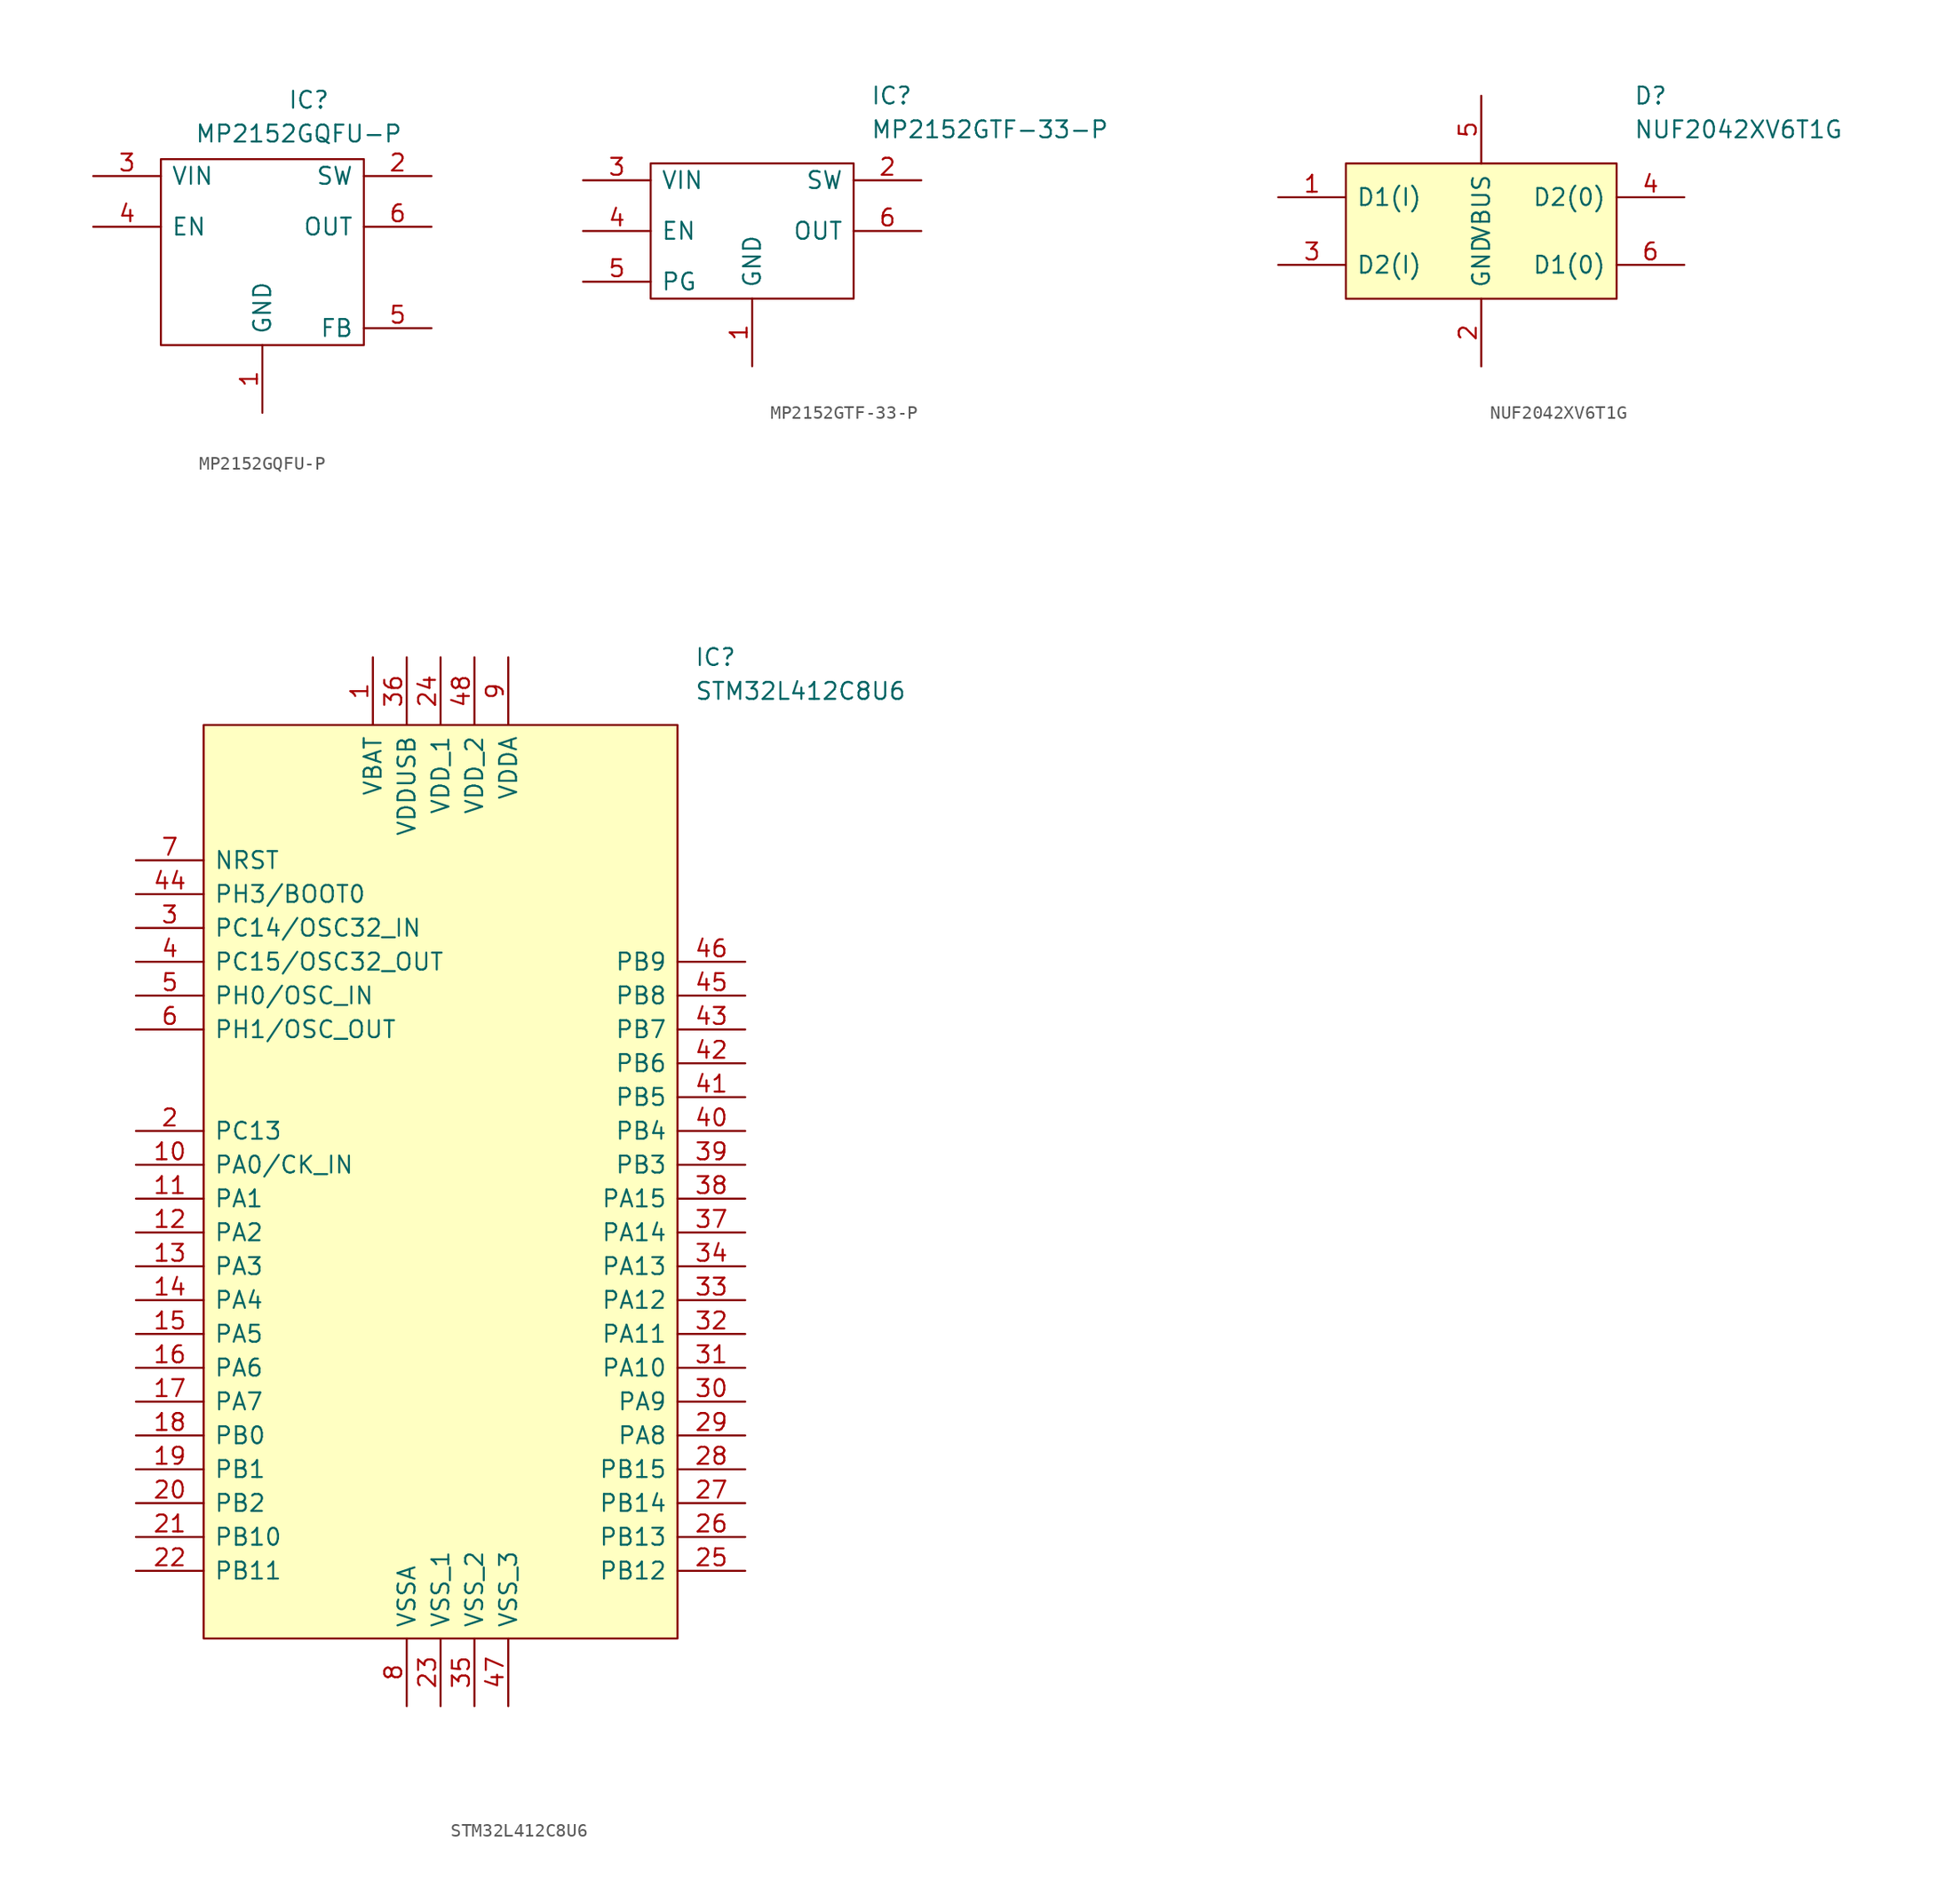
<source format=kicad_sym>
(kicad_symbol_lib
  (version 20211014)
  (generator kicad_symbol_editor)
  (symbol "MP2152GQFU-P"
    (pin_names
      (offset 0.762))
    (property "Reference" "IC"
      (at 6.35 7.62 0)
      (effects (font (size 1.27 1.27)) (justify left)))
    (property "Value" "MP2152GQFU-P"
      (at -0.635 5.08 0)
      (effects (font (size 1.27 1.27)) (justify left)))
    (symbol "MP2152GQFU-P_0_0"
      (pin passive line (at 4.445 -15.875 90) (length 5.08) (name "GND" (effects (font (size 1.27 1.27)))) (number "1" (effects (font (size 1.27 1.27)))))
      (pin passive line (at 17.145 1.905 180) (length 5.08) (name "SW" (effects (font (size 1.27 1.27)))) (number "2" (effects (font (size 1.27 1.27)))))
      (pin passive line (at -8.255 1.905 0) (length 5.08) (name "VIN" (effects (font (size 1.27 1.27)))) (number "3" (effects (font (size 1.27 1.27)))))
      (pin passive line (at -8.255 -1.905 0) (length 5.08) (name "EN" (effects (font (size 1.27 1.27)))) (number "4" (effects (font (size 1.27 1.27)))))
      (pin passive line (at 17.145 -9.525 180) (length 5.08) (name "FB" (effects (font (size 1.27 1.27)))) (number "5" (effects (font (size 1.27 1.27)))))
      (pin passive line (at 17.145 -1.905 180) (length 5.08) (name "OUT" (effects (font (size 1.27 1.27)))) (number "6" (effects (font (size 1.27 1.27))))))
    (symbol "MP2152GQFU-P_0_1"
      (polyline (pts (xy -3.175 3.175) (xy 12.065 3.175) (xy 12.065 -10.795) (xy -3.175 -10.795) (xy -3.175 3.175)) (stroke (width 0.152) (type default) (color 0 0 0 0)) (fill (type none)))))
  (symbol "MP2152GTF-33-P"
    (pin_names
      (offset 0.762))
    (property "Reference" "IC"
      (at 21.59 7.62 0)
      (effects (font (size 1.27 1.27)) (justify left)))
    (property "Value" "MP2152GTF-33-P"
      (at 21.59 5.08 0)
      (effects (font (size 1.27 1.27)) (justify left)))
    (symbol "MP2152GTF-33-P_0_0"
      (pin passive line (at 12.7 -12.7 90) (length 5.08) (name "GND" (effects (font (size 1.27 1.27)))) (number "1" (effects (font (size 1.27 1.27)))))
      (pin passive line (at 25.4 1.27 180) (length 5.08) (name "SW" (effects (font (size 1.27 1.27)))) (number "2" (effects (font (size 1.27 1.27)))))
      (pin passive line (at 0 1.27 0) (length 5.08) (name "VIN" (effects (font (size 1.27 1.27)))) (number "3" (effects (font (size 1.27 1.27)))))
      (pin passive line (at 0 -2.54 0) (length 5.08) (name "EN" (effects (font (size 1.27 1.27)))) (number "4" (effects (font (size 1.27 1.27)))))
      (pin passive line (at 0 -6.35 0) (length 5.08) (name "PG" (effects (font (size 1.27 1.27)))) (number "5" (effects (font (size 1.27 1.27)))))
      (pin passive line (at 25.4 -2.54 180) (length 5.08) (name "OUT" (effects (font (size 1.27 1.27)))) (number "6" (effects (font (size 1.27 1.27))))))
    (symbol "MP2152GTF-33-P_0_1"
      (polyline (pts (xy 5.08 2.54) (xy 20.32 2.54) (xy 20.32 -7.62) (xy 5.08 -7.62) (xy 5.08 2.54)) (stroke (width 0.152) (type default) (color 0 0 0 0)) (fill (type none)))))
  (symbol "NUF2042XV6T1G"
    (pin_names
      (offset 0.762))
    (property "Reference" "D"
      (at 26.67 7.62 0)
      (effects (font (size 1.27 1.27)) (justify left)))
    (property "Value" "NUF2042XV6T1G"
      (at 26.67 5.08 0)
      (effects (font (size 1.27 1.27)) (justify left)))
    (symbol "NUF2042XV6T1G_0_0"
      (pin passive line (at 0 0 0) (length 5.08) (name "D1(I)" (effects (font (size 1.27 1.27)))) (number "1" (effects (font (size 1.27 1.27)))))
      (pin passive line (at 15.24 -12.7 90) (length 5.08) (name "GND" (effects (font (size 1.27 1.27)))) (number "2" (effects (font (size 1.27 1.27)))))
      (pin passive line (at 0 -5.08 0) (length 5.08) (name "D2(I)" (effects (font (size 1.27 1.27)))) (number "3" (effects (font (size 1.27 1.27)))))
      (pin passive line (at 30.48 0 180) (length 5.08) (name "D2(0)" (effects (font (size 1.27 1.27)))) (number "4" (effects (font (size 1.27 1.27)))))
      (pin passive line (at 15.24 7.62 270) (length 5.08) (name "VBUS" (effects (font (size 1.27 1.27)))) (number "5" (effects (font (size 1.27 1.27)))))
      (pin passive line (at 30.48 -5.08 180) (length 5.08) (name "D1(0)" (effects (font (size 1.27 1.27)))) (number "6" (effects (font (size 1.27 1.27))))))
    (symbol "NUF2042XV6T1G_0_1"
      (polyline (pts (xy 5.08 2.54) (xy 25.4 2.54) (xy 25.4 -7.62) (xy 5.08 -7.62) (xy 5.08 2.54)) (stroke (width 0.152) (type default) (color 0 0 0 0)) (fill (type background)))))
  (symbol "STM32L412C8U6"
    (pin_names
      (offset 0.762))
    (property "Reference" "IC"
      (at 41.91 22.86 0)
      (effects (font (size 1.27 1.27)) (justify left)))
    (property "Value" "STM32L412C8U6"
      (at 41.91 20.32 0)
      (effects (font (size 1.27 1.27)) (justify left)))
    (symbol "STM32L412C8U6_0_0"
      (pin passive line (at 17.78 22.86 270) (length 5.08) (name "VBAT" (effects (font (size 1.27 1.27)))) (number "1" (effects (font (size 1.27 1.27)))))
      (pin passive line (at 0 -15.24 0) (length 5.08) (name "PA0/CK_IN" (effects (font (size 1.27 1.27)))) (number "10" (effects (font (size 1.27 1.27)))))
      (pin passive line (at 0 -17.78 0) (length 5.08) (name "PA1" (effects (font (size 1.27 1.27)))) (number "11" (effects (font (size 1.27 1.27)))))
      (pin passive line (at 0 -20.32 0) (length 5.08) (name "PA2" (effects (font (size 1.27 1.27)))) (number "12" (effects (font (size 1.27 1.27)))))
      (pin passive line (at 0 -22.86 0) (length 5.08) (name "PA3" (effects (font (size 1.27 1.27)))) (number "13" (effects (font (size 1.27 1.27)))))
      (pin passive line (at 0 -25.4 0) (length 5.08) (name "PA4" (effects (font (size 1.27 1.27)))) (number "14" (effects (font (size 1.27 1.27)))))
      (pin passive line (at 0 -27.94 0) (length 5.08) (name "PA5" (effects (font (size 1.27 1.27)))) (number "15" (effects (font (size 1.27 1.27)))))
      (pin passive line (at 0 -30.48 0) (length 5.08) (name "PA6" (effects (font (size 1.27 1.27)))) (number "16" (effects (font (size 1.27 1.27)))))
      (pin passive line (at 0 -33.02 0) (length 5.08) (name "PA7" (effects (font (size 1.27 1.27)))) (number "17" (effects (font (size 1.27 1.27)))))
      (pin passive line (at 0 -35.56 0) (length 5.08) (name "PB0" (effects (font (size 1.27 1.27)))) (number "18" (effects (font (size 1.27 1.27)))))
      (pin passive line (at 0 -38.1 0) (length 5.08) (name "PB1" (effects (font (size 1.27 1.27)))) (number "19" (effects (font (size 1.27 1.27)))))
      (pin passive line (at 0 -12.7 0) (length 5.08) (name "PC13" (effects (font (size 1.27 1.27)))) (number "2" (effects (font (size 1.27 1.27)))))
      (pin passive line (at 0 -40.64 0) (length 5.08) (name "PB2" (effects (font (size 1.27 1.27)))) (number "20" (effects (font (size 1.27 1.27)))))
      (pin passive line (at 0 -43.18 0) (length 5.08) (name "PB10" (effects (font (size 1.27 1.27)))) (number "21" (effects (font (size 1.27 1.27)))))
      (pin passive line (at 0 -45.72 0) (length 5.08) (name "PB11" (effects (font (size 1.27 1.27)))) (number "22" (effects (font (size 1.27 1.27)))))
      (pin passive line (at 22.86 -55.88 90) (length 5.08) (name "VSS_1" (effects (font (size 1.27 1.27)))) (number "23" (effects (font (size 1.27 1.27)))))
      (pin passive line (at 22.86 22.86 270) (length 5.08) (name "VDD_1" (effects (font (size 1.27 1.27)))) (number "24" (effects (font (size 1.27 1.27)))))
      (pin passive line (at 45.72 -45.72 180) (length 5.08) (name "PB12" (effects (font (size 1.27 1.27)))) (number "25" (effects (font (size 1.27 1.27)))))
      (pin passive line (at 45.72 -43.18 180) (length 5.08) (name "PB13" (effects (font (size 1.27 1.27)))) (number "26" (effects (font (size 1.27 1.27)))))
      (pin passive line (at 45.72 -40.64 180) (length 5.08) (name "PB14" (effects (font (size 1.27 1.27)))) (number "27" (effects (font (size 1.27 1.27)))))
      (pin passive line (at 45.72 -38.1 180) (length 5.08) (name "PB15" (effects (font (size 1.27 1.27)))) (number "28" (effects (font (size 1.27 1.27)))))
      (pin passive line (at 45.72 -35.56 180) (length 5.08) (name "PA8" (effects (font (size 1.27 1.27)))) (number "29" (effects (font (size 1.27 1.27)))))
      (pin passive line (at 0 2.54 0) (length 5.08) (name "PC14/OSC32_IN" (effects (font (size 1.27 1.27)))) (number "3" (effects (font (size 1.27 1.27)))))
      (pin passive line (at 45.72 -33.02 180) (length 5.08) (name "PA9" (effects (font (size 1.27 1.27)))) (number "30" (effects (font (size 1.27 1.27)))))
      (pin passive line (at 45.72 -30.48 180) (length 5.08) (name "PA10" (effects (font (size 1.27 1.27)))) (number "31" (effects (font (size 1.27 1.27)))))
      (pin passive line (at 45.72 -27.94 180) (length 5.08) (name "PA11" (effects (font (size 1.27 1.27)))) (number "32" (effects (font (size 1.27 1.27)))))
      (pin passive line (at 45.72 -25.4 180) (length 5.08) (name "PA12" (effects (font (size 1.27 1.27)))) (number "33" (effects (font (size 1.27 1.27)))))
      (pin passive line (at 45.72 -22.86 180) (length 5.08) (name "PA13" (effects (font (size 1.27 1.27)))) (number "34" (effects (font (size 1.27 1.27)))))
      (pin passive line (at 25.4 -55.88 90) (length 5.08) (name "VSS_2" (effects (font (size 1.27 1.27)))) (number "35" (effects (font (size 1.27 1.27)))))
      (pin passive line (at 20.32 22.86 270) (length 5.08) (name "VDDUSB" (effects (font (size 1.27 1.27)))) (number "36" (effects (font (size 1.27 1.27)))))
      (pin passive line (at 45.72 -20.32 180) (length 5.08) (name "PA14" (effects (font (size 1.27 1.27)))) (number "37" (effects (font (size 1.27 1.27)))))
      (pin passive line (at 45.72 -17.78 180) (length 5.08) (name "PA15" (effects (font (size 1.27 1.27)))) (number "38" (effects (font (size 1.27 1.27)))))
      (pin passive line (at 45.72 -15.24 180) (length 5.08) (name "PB3" (effects (font (size 1.27 1.27)))) (number "39" (effects (font (size 1.27 1.27)))))
      (pin passive line (at 0 0 0) (length 5.08) (name "PC15/OSC32_OUT" (effects (font (size 1.27 1.27)))) (number "4" (effects (font (size 1.27 1.27)))))
      (pin passive line (at 45.72 -12.7 180) (length 5.08) (name "PB4" (effects (font (size 1.27 1.27)))) (number "40" (effects (font (size 1.27 1.27)))))
      (pin passive line (at 45.72 -10.16 180) (length 5.08) (name "PB5" (effects (font (size 1.27 1.27)))) (number "41" (effects (font (size 1.27 1.27)))))
      (pin passive line (at 45.72 -7.62 180) (length 5.08) (name "PB6" (effects (font (size 1.27 1.27)))) (number "42" (effects (font (size 1.27 1.27)))))
      (pin passive line (at 45.72 -5.08 180) (length 5.08) (name "PB7" (effects (font (size 1.27 1.27)))) (number "43" (effects (font (size 1.27 1.27)))))
      (pin passive line (at 0 5.08 0) (length 5.08) (name "PH3/BOOT0" (effects (font (size 1.27 1.27)))) (number "44" (effects (font (size 1.27 1.27)))))
      (pin passive line (at 45.72 -2.54 180) (length 5.08) (name "PB8" (effects (font (size 1.27 1.27)))) (number "45" (effects (font (size 1.27 1.27)))))
      (pin passive line (at 45.72 0 180) (length 5.08) (name "PB9" (effects (font (size 1.27 1.27)))) (number "46" (effects (font (size 1.27 1.27)))))
      (pin passive line (at 27.94 -55.88 90) (length 5.08) (name "VSS_3" (effects (font (size 1.27 1.27)))) (number "47" (effects (font (size 1.27 1.27)))))
      (pin passive line (at 25.4 22.86 270) (length 5.08) (name "VDD_2" (effects (font (size 1.27 1.27)))) (number "48" (effects (font (size 1.27 1.27)))))
      (pin passive line (at 22.86 -55.88 90) (length 5.08) hide (name "EP" (effects (font (size 1.27 1.27)))) (number "49" (effects (font (size 1.27 1.27)))))
      (pin passive line (at 0 -2.54 0) (length 5.08) (name "PH0/OSC_IN" (effects (font (size 1.27 1.27)))) (number "5" (effects (font (size 1.27 1.27)))))
      (pin passive line (at 0 -5.08 0) (length 5.08) (name "PH1/OSC_OUT" (effects (font (size 1.27 1.27)))) (number "6" (effects (font (size 1.27 1.27)))))
      (pin passive line (at 0 7.62 0) (length 5.08) (name "NRST" (effects (font (size 1.27 1.27)))) (number "7" (effects (font (size 1.27 1.27)))))
      (pin passive line (at 20.32 -55.88 90) (length 5.08) (name "VSSA" (effects (font (size 1.27 1.27)))) (number "8" (effects (font (size 1.27 1.27)))))
      (pin passive line (at 27.94 22.86 270) (length 5.08) (name "VDDA" (effects (font (size 1.27 1.27)))) (number "9" (effects (font (size 1.27 1.27))))))
    (symbol "STM32L412C8U6_0_1"
      (polyline (pts (xy 5.08 17.78) (xy 40.64 17.78) (xy 40.64 -50.8) (xy 5.08 -50.8) (xy 5.08 17.78)) (stroke (width 0.152) (type default) (color 0 0 0 0)) (fill (type background))))))
</source>
